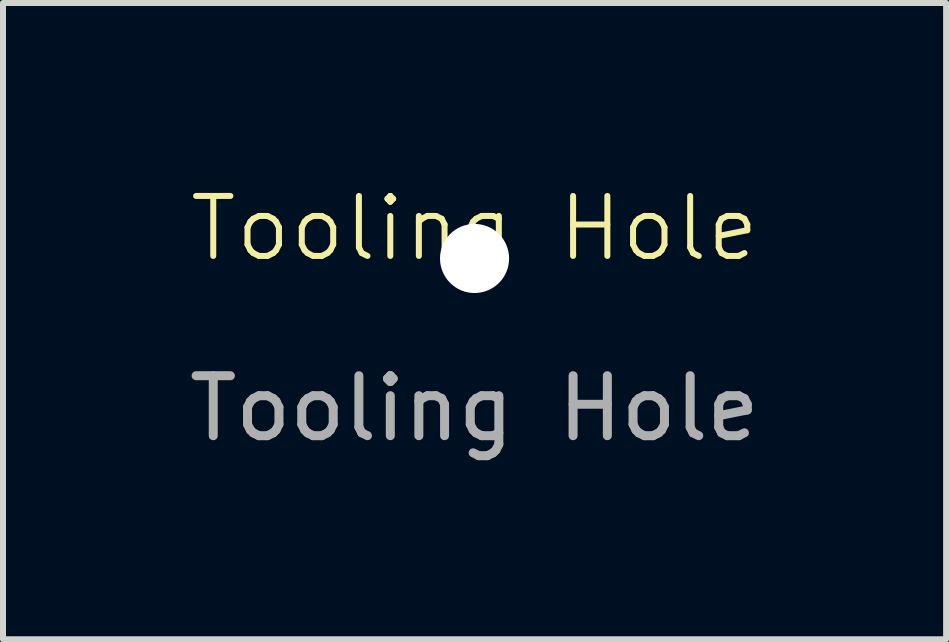
<source format=kicad_pcb>
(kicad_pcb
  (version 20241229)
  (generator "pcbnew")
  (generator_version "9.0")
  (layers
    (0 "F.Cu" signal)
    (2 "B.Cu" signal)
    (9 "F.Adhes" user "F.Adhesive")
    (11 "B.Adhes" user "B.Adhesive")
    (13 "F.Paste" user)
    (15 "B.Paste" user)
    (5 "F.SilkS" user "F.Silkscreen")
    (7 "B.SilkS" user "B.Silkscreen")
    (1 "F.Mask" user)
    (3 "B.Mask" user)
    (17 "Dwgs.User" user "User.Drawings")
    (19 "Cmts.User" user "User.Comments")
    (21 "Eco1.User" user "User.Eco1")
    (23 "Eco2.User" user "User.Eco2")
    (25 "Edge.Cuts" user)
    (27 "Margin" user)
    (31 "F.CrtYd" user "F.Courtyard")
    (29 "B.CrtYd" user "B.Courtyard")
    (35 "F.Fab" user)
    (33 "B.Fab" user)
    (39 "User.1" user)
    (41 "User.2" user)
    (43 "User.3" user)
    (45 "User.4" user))
  (footprint "Tooling Hole"
    (layer "F.Cu")
    (at 4.863 1.26)
    (property "Reference" "Tooling Hole" (at 0 -0.5 0) (unlocked yes) (layer "F.SilkS") (effects (font (size 1 1) (thickness 0.1))))
    (attr smd)
    (fp_text user "${REFERENCE}" (at 0 2.5 0) (unlocked yes) (layer "F.Fab") (effects (font (size 1 1) (thickness 0.15))))
    (pad "" np_thru_hole circle (at 0 0) (size 1.152 1.152) (drill 1.152) (layers "*.Cu" "*.Mask")))
  (gr_rect
    (start -3 -3)
    (end 12.726 7.609)
    (stroke (width 0.1) (type default))
    (fill no)
    (layer "Edge.Cuts")))
</source>
